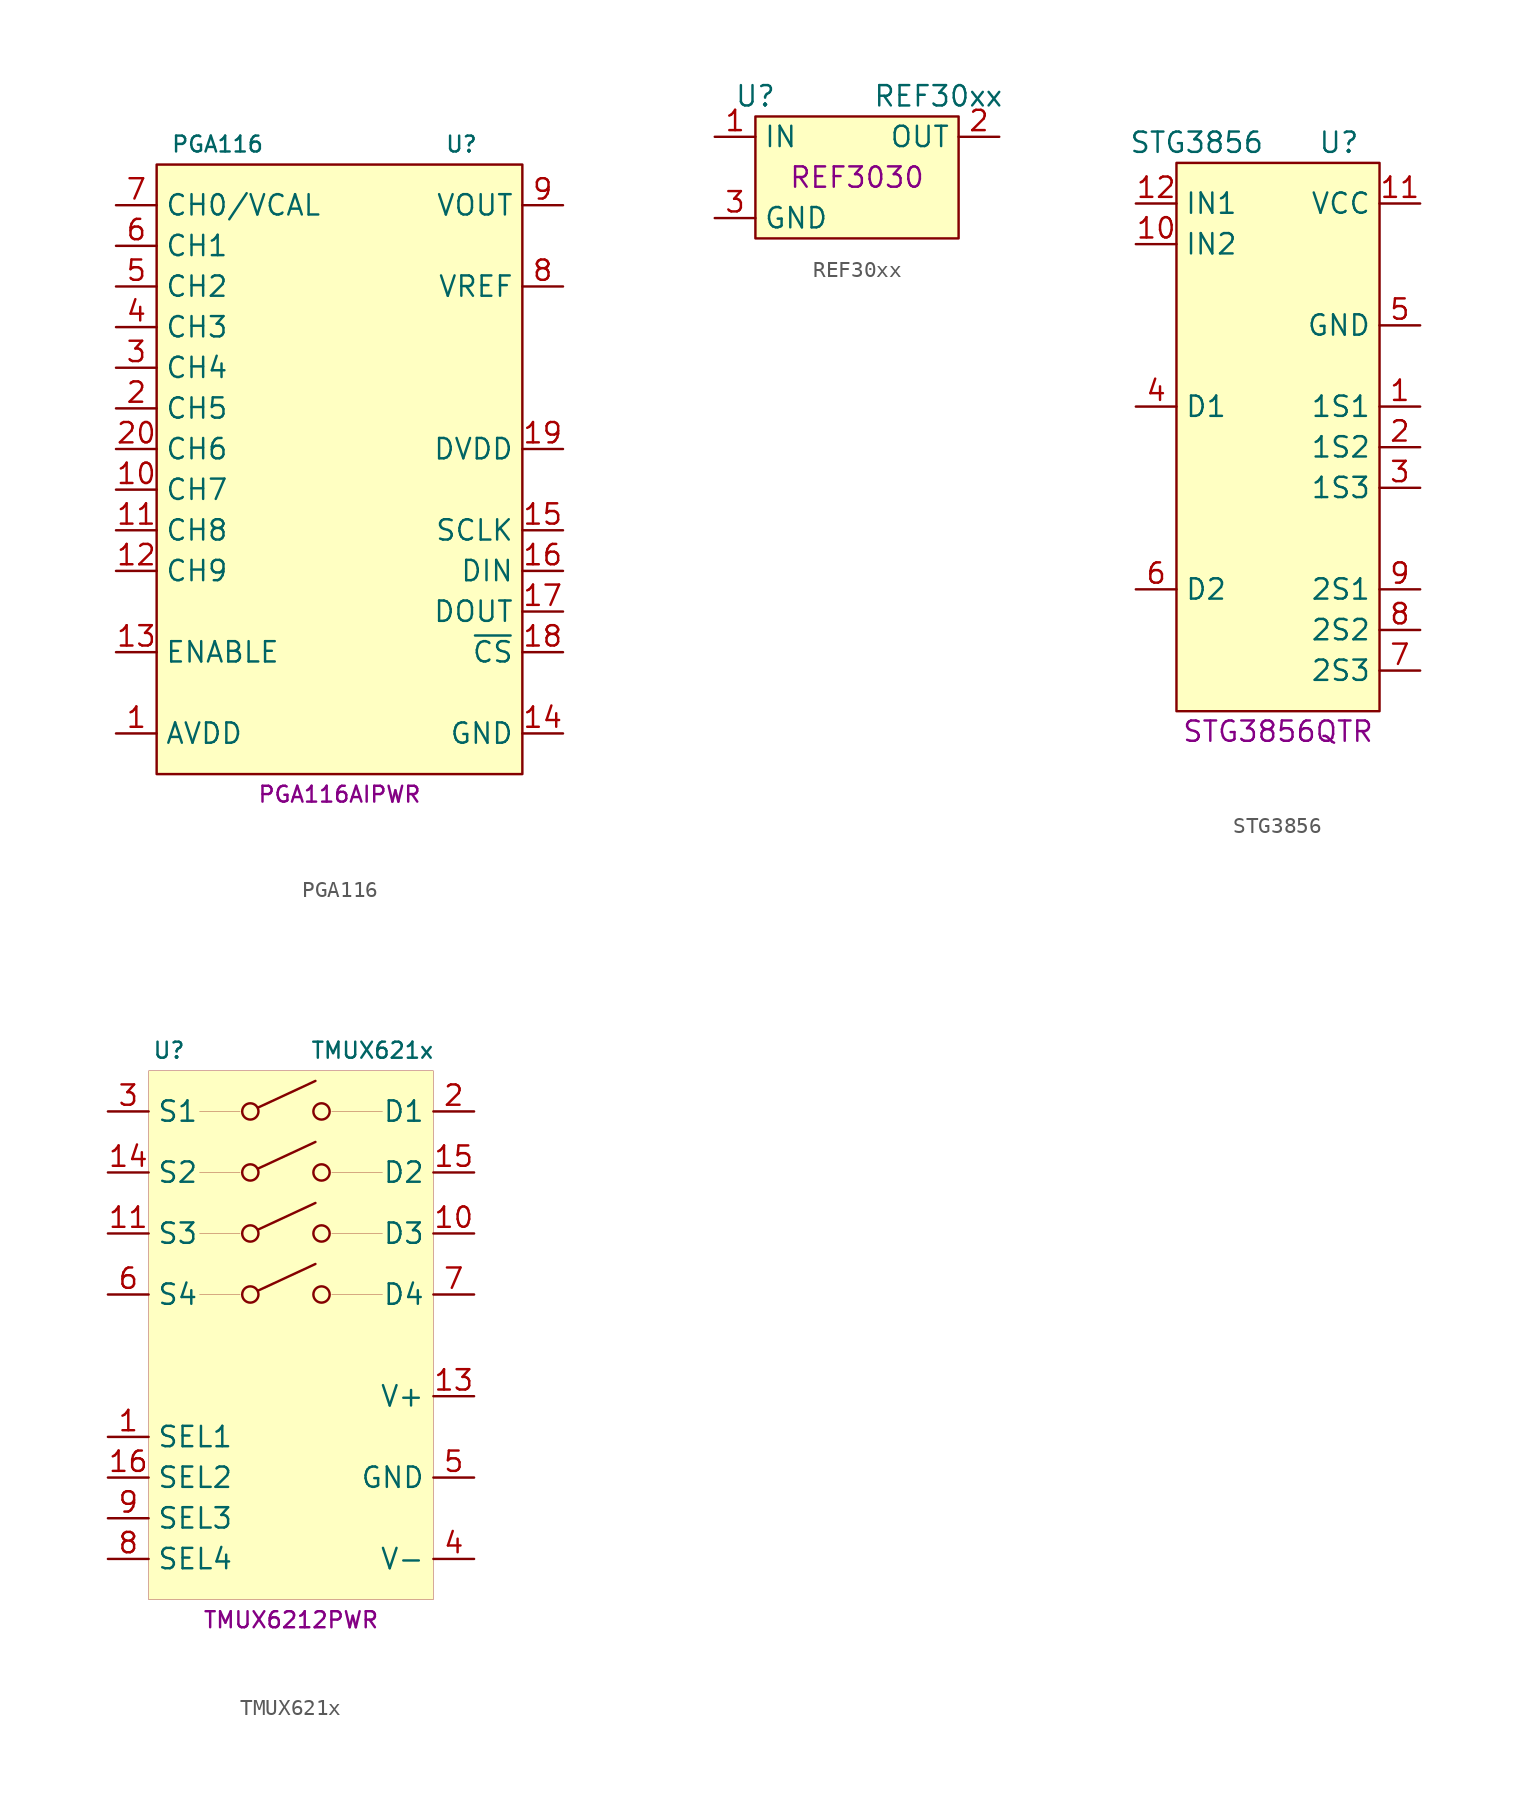
<source format=kicad_sym>
(kicad_symbol_lib
  (version 20231120)
  (generator "kicad_symbol_editor")
  (generator_version "8.0")
  (symbol "PGA116"
    (property "Reference" "U"
      (at 7.62 19.05 0)
      (effects (font (size 0.991 0.991))))
    (property "Value" "PGA116"
      (at -7.62 19.05 0)
      (effects (font (size 0.991 0.991))))
    (property "MPN" "PGA116AIPWR"
      (at 0 -21.59 0)
      (effects (font (size 0.991 0.991))))
    (symbol "PGA116_0_1"
      (rectangle (start -11.43 17.78) (end 11.43 -20.32) (stroke (width 0) (type default)) (fill (type background))))
    (symbol "PGA116_1_1"
      (pin power_in line (at -13.97 -17.78 0) (length 2.54) (name "AVDD" (effects (font (size 1.27 1.27)))) (number "1" (effects (font (size 1.27 1.27)))))
      (pin input line (at -13.97 -2.54 0) (length 2.54) (name "CH7" (effects (font (size 1.27 1.27)))) (number "10" (effects (font (size 1.27 1.27)))))
      (pin input line (at -13.97 -5.08 0) (length 2.54) (name "CH8" (effects (font (size 1.27 1.27)))) (number "11" (effects (font (size 1.27 1.27)))))
      (pin input line (at -13.97 -7.62 0) (length 2.54) (name "CH9" (effects (font (size 1.27 1.27)))) (number "12" (effects (font (size 1.27 1.27)))))
      (pin input line (at -13.97 -12.7 0) (length 2.54) (name "ENABLE" (effects (font (size 1.27 1.27)))) (number "13" (effects (font (size 1.27 1.27)))))
      (pin power_in line (at 13.97 -17.78 180) (length 2.54) (name "GND" (effects (font (size 1.27 1.27)))) (number "14" (effects (font (size 1.27 1.27)))))
      (pin input line (at 13.97 -5.08 180) (length 2.54) (name "SCLK" (effects (font (size 1.27 1.27)))) (number "15" (effects (font (size 1.27 1.27)))))
      (pin input line (at 13.97 -7.62 180) (length 2.54) (name "DIN" (effects (font (size 1.27 1.27)))) (number "16" (effects (font (size 1.27 1.27)))))
      (pin output line (at 13.97 -10.16 180) (length 2.54) (name "DOUT" (effects (font (size 1.27 1.27)))) (number "17" (effects (font (size 1.27 1.27)))))
      (pin input line (at 13.97 -12.7 180) (length 2.54) (name "~{CS}" (effects (font (size 1.27 1.27)))) (number "18" (effects (font (size 1.27 1.27)))))
      (pin power_in line (at 13.97 0 180) (length 2.54) (name "DVDD" (effects (font (size 1.27 1.27)))) (number "19" (effects (font (size 1.27 1.27)))))
      (pin input line (at -13.97 2.54 0) (length 2.54) (name "CH5" (effects (font (size 1.27 1.27)))) (number "2" (effects (font (size 1.27 1.27)))))
      (pin input line (at -13.97 0 0) (length 2.54) (name "CH6" (effects (font (size 1.27 1.27)))) (number "20" (effects (font (size 1.27 1.27)))))
      (pin input line (at -13.97 5.08 0) (length 2.54) (name "CH4" (effects (font (size 1.27 1.27)))) (number "3" (effects (font (size 1.27 1.27)))))
      (pin input line (at -13.97 7.62 0) (length 2.54) (name "CH3" (effects (font (size 1.27 1.27)))) (number "4" (effects (font (size 1.27 1.27)))))
      (pin input line (at -13.97 10.16 0) (length 2.54) (name "CH2" (effects (font (size 1.27 1.27)))) (number "5" (effects (font (size 1.27 1.27)))))
      (pin input line (at -13.97 12.7 0) (length 2.54) (name "CH1" (effects (font (size 1.27 1.27)))) (number "6" (effects (font (size 1.27 1.27)))))
      (pin input line (at -13.97 15.24 0) (length 2.54) (name "CH0/VCAL" (effects (font (size 1.27 1.27)))) (number "7" (effects (font (size 1.27 1.27)))))
      (pin input line (at 13.97 10.16 180) (length 2.54) (name "VREF" (effects (font (size 1.27 1.27)))) (number "8" (effects (font (size 1.27 1.27)))))
      (pin output line (at 13.97 15.24 180) (length 2.54) (name "VOUT" (effects (font (size 1.27 1.27)))) (number "9" (effects (font (size 1.27 1.27)))))))
  (symbol "REF30xx"
    (property "Reference" "U"
      (at -6.35 5.08 0)
      (effects (font (size 1.27 1.27))))
    (property "Value" "REF30xx"
      (at 5.08 5.08 0)
      (effects (font (size 1.27 1.27))))
    (property "MPN" "REF3030"
      (at 0 0 0)
      (effects (font (size 1.27 1.27))))
    (symbol "REF30xx_0_1"
      (rectangle (start -6.35 3.81) (end 6.35 -3.81) (stroke (width 0) (type default)) (fill (type background))))
    (symbol "REF30xx_1_1"
      (pin power_in line (at -8.89 2.54 0) (length 2.54) (name "IN" (effects (font (size 1.27 1.27)))) (number "1" (effects (font (size 1.27 1.27)))))
      (pin output line (at 8.89 2.54 180) (length 2.54) (name "OUT" (effects (font (size 1.27 1.27)))) (number "2" (effects (font (size 1.27 1.27)))))
      (pin power_in line (at -8.89 -2.54 0) (length 2.54) (name "GND" (effects (font (size 1.27 1.27)))) (number "3" (effects (font (size 1.27 1.27)))))))
  (symbol "STG3856"
    (property "Reference" "U"
      (at 3.81 13.97 0)
      (effects (font (size 1.27 1.27))))
    (property "Value" "STG3856"
      (at -5.08 13.97 0)
      (effects (font (size 1.27 1.27))))
    (property "MPN" "STG3856QTR"
      (at 0 -22.86 0)
      (effects (font (size 1.27 1.27))))
    (symbol "STG3856_0_1"
      (rectangle (start -6.35 12.7) (end 6.35 -21.59) (stroke (width 0.152) (type default)) (fill (type background))))
    (symbol "STG3856_1_1"
      (pin passive line (at 8.89 -2.54 180) (length 2.54) (name "1S1" (effects (font (size 1.27 1.27)))) (number "1" (effects (font (size 1.27 1.27)))))
      (pin input line (at -8.89 7.62 0) (length 2.54) (name "IN2" (effects (font (size 1.27 1.27)))) (number "10" (effects (font (size 1.27 1.27)))))
      (pin power_in line (at 8.89 10.16 180) (length 2.54) (name "VCC" (effects (font (size 1.27 1.27)))) (number "11" (effects (font (size 1.27 1.27)))))
      (pin input line (at -8.89 10.16 0) (length 2.54) (name "IN1" (effects (font (size 1.27 1.27)))) (number "12" (effects (font (size 1.27 1.27)))))
      (pin passive line (at 8.89 -5.08 180) (length 2.54) (name "1S2" (effects (font (size 1.27 1.27)))) (number "2" (effects (font (size 1.27 1.27)))))
      (pin passive line (at 8.89 -7.62 180) (length 2.54) (name "1S3" (effects (font (size 1.27 1.27)))) (number "3" (effects (font (size 1.27 1.27)))))
      (pin passive line (at -8.89 -2.54 0) (length 2.54) (name "D1" (effects (font (size 1.27 1.27)))) (number "4" (effects (font (size 1.27 1.27)))))
      (pin power_in line (at 8.89 2.54 180) (length 2.54) (name "GND" (effects (font (size 1.27 1.27)))) (number "5" (effects (font (size 1.27 1.27)))))
      (pin passive line (at -8.89 -13.97 0) (length 2.54) (name "D2" (effects (font (size 1.27 1.27)))) (number "6" (effects (font (size 1.27 1.27)))))
      (pin passive line (at 8.89 -19.05 180) (length 2.54) (name "2S3" (effects (font (size 1.27 1.27)))) (number "7" (effects (font (size 1.27 1.27)))))
      (pin passive line (at 8.89 -16.51 180) (length 2.54) (name "2S2" (effects (font (size 1.27 1.27)))) (number "8" (effects (font (size 1.27 1.27)))))
      (pin passive line (at 8.89 -13.97 180) (length 2.54) (name "2S1" (effects (font (size 1.27 1.27)))) (number "9" (effects (font (size 1.27 1.27)))))))
  (symbol "TMUX621x"
    (property "Reference" "U"
      (at -7.62 16.51 0)
      (effects (font (size 1 1))))
    (property "Value" "TMUX621x"
      (at 5.08 16.51 0)
      (effects (font (size 1 1))))
    (property "MPN" "TMUX6212PWR"
      (at 0 -19.05 0)
      (effects (font (size 1 1))))
    (symbol "TMUX621x_0_1"
      (rectangle (start -8.89 -17.78) (end 8.89 15.24) (stroke (width 0.001) (type default)) (fill (type background)))
      (circle (center -2.54 1.27) (radius 0.508) (stroke (width 0) (type default)) (fill (type none)))
      (circle (center -2.54 5.08) (radius 0.508) (stroke (width 0) (type default)) (fill (type none)))
      (circle (center -2.54 8.89) (radius 0.508) (stroke (width 0) (type default)) (fill (type none)))
      (circle (center -2.54 12.7) (radius 0.508) (stroke (width 0) (type default)) (fill (type none)))
      (polyline (pts (xy -5.715 5.08) (xy -3.175 5.08)) (stroke (width 0.001) (type default)) (fill (type none)))
      (polyline (pts (xy -5.715 12.7) (xy -3.175 12.7)) (stroke (width 0.001) (type default)) (fill (type none)))
      (polyline (pts (xy -3.175 1.27) (xy -5.715 1.27)) (stroke (width 0.001) (type default)) (fill (type none)))
      (polyline (pts (xy -3.175 8.89) (xy -5.715 8.89)) (stroke (width 0.001) (type default)) (fill (type none)))
      (polyline (pts (xy -2.032 1.524) (xy 1.524 3.175)) (stroke (width 0) (type default)) (fill (type none)))
      (polyline (pts (xy -2.032 5.334) (xy 1.524 6.985)) (stroke (width 0) (type default)) (fill (type none)))
      (polyline (pts (xy -2.032 9.144) (xy 1.524 10.795)) (stroke (width 0) (type default)) (fill (type none)))
      (polyline (pts (xy -2.032 12.954) (xy 1.524 14.605)) (stroke (width 0) (type default)) (fill (type none)))
      (polyline (pts (xy 2.54 12.7) (xy 5.715 12.7)) (stroke (width 0.001) (type default)) (fill (type none)))
      (polyline (pts (xy 5.715 1.27) (xy 2.54 1.27)) (stroke (width 0.001) (type default)) (fill (type none)))
      (polyline (pts (xy 5.715 5.08) (xy 2.54 5.08)) (stroke (width 0.001) (type default)) (fill (type none)))
      (polyline (pts (xy 5.715 8.89) (xy 2.54 8.89)) (stroke (width 0.001) (type default)) (fill (type none)))
      (circle (center 1.905 1.27) (radius 0.508) (stroke (width 0) (type default)) (fill (type none)))
      (circle (center 1.905 5.08) (radius 0.508) (stroke (width 0) (type default)) (fill (type none)))
      (circle (center 1.905 8.89) (radius 0.508) (stroke (width 0) (type default)) (fill (type none)))
      (circle (center 1.905 12.7) (radius 0.508) (stroke (width 0) (type default)) (fill (type none))))
    (symbol "TMUX621x_1_1"
      (pin input line (at -11.43 -7.62 0) (length 2.54) (name "SEL1" (effects (font (size 1.27 1.27)))) (number "1" (effects (font (size 1.27 1.27)))))
      (pin bidirectional line (at 11.43 5.08 180) (length 2.54) (name "D3" (effects (font (size 1.27 1.27)))) (number "10" (effects (font (size 1.27 1.27)))))
      (pin bidirectional line (at -11.43 5.08 0) (length 2.54) (name "S3" (effects (font (size 1.27 1.27)))) (number "11" (effects (font (size 1.27 1.27)))))
      (pin power_in line (at 11.43 -5.08 180) (length 2.54) (name "V+" (effects (font (size 1.27 1.27)))) (number "13" (effects (font (size 1.27 1.27)))))
      (pin bidirectional line (at -11.43 8.89 0) (length 2.54) (name "S2" (effects (font (size 1.27 1.27)))) (number "14" (effects (font (size 1.27 1.27)))))
      (pin bidirectional line (at 11.43 8.89 180) (length 2.54) (name "D2" (effects (font (size 1.27 1.27)))) (number "15" (effects (font (size 1.27 1.27)))))
      (pin input line (at -11.43 -10.16 0) (length 2.54) (name "SEL2" (effects (font (size 1.27 1.27)))) (number "16" (effects (font (size 1.27 1.27)))))
      (pin bidirectional line (at 11.43 12.7 180) (length 2.54) (name "D1" (effects (font (size 1.27 1.27)))) (number "2" (effects (font (size 1.27 1.27)))))
      (pin bidirectional line (at -11.43 12.7 0) (length 2.54) (name "S1" (effects (font (size 1.27 1.27)))) (number "3" (effects (font (size 1.27 1.27)))))
      (pin power_in line (at 11.43 -15.24 180) (length 2.54) (name "V-" (effects (font (size 1.27 1.27)))) (number "4" (effects (font (size 1.27 1.27)))))
      (pin power_in line (at 11.43 -10.16 180) (length 2.54) (name "GND" (effects (font (size 1.27 1.27)))) (number "5" (effects (font (size 1.27 1.27)))))
      (pin bidirectional line (at -11.43 1.27 0) (length 2.54) (name "S4" (effects (font (size 1.27 1.27)))) (number "6" (effects (font (size 1.27 1.27)))))
      (pin bidirectional line (at 11.43 1.27 180) (length 2.54) (name "D4" (effects (font (size 1.27 1.27)))) (number "7" (effects (font (size 1.27 1.27)))))
      (pin input line (at -11.43 -15.24 0) (length 2.54) (name "SEL4" (effects (font (size 1.27 1.27)))) (number "8" (effects (font (size 1.27 1.27)))))
      (pin input line (at -11.43 -12.7 0) (length 2.54) (name "SEL3" (effects (font (size 1.27 1.27)))) (number "9" (effects (font (size 1.27 1.27))))))))
</source>
